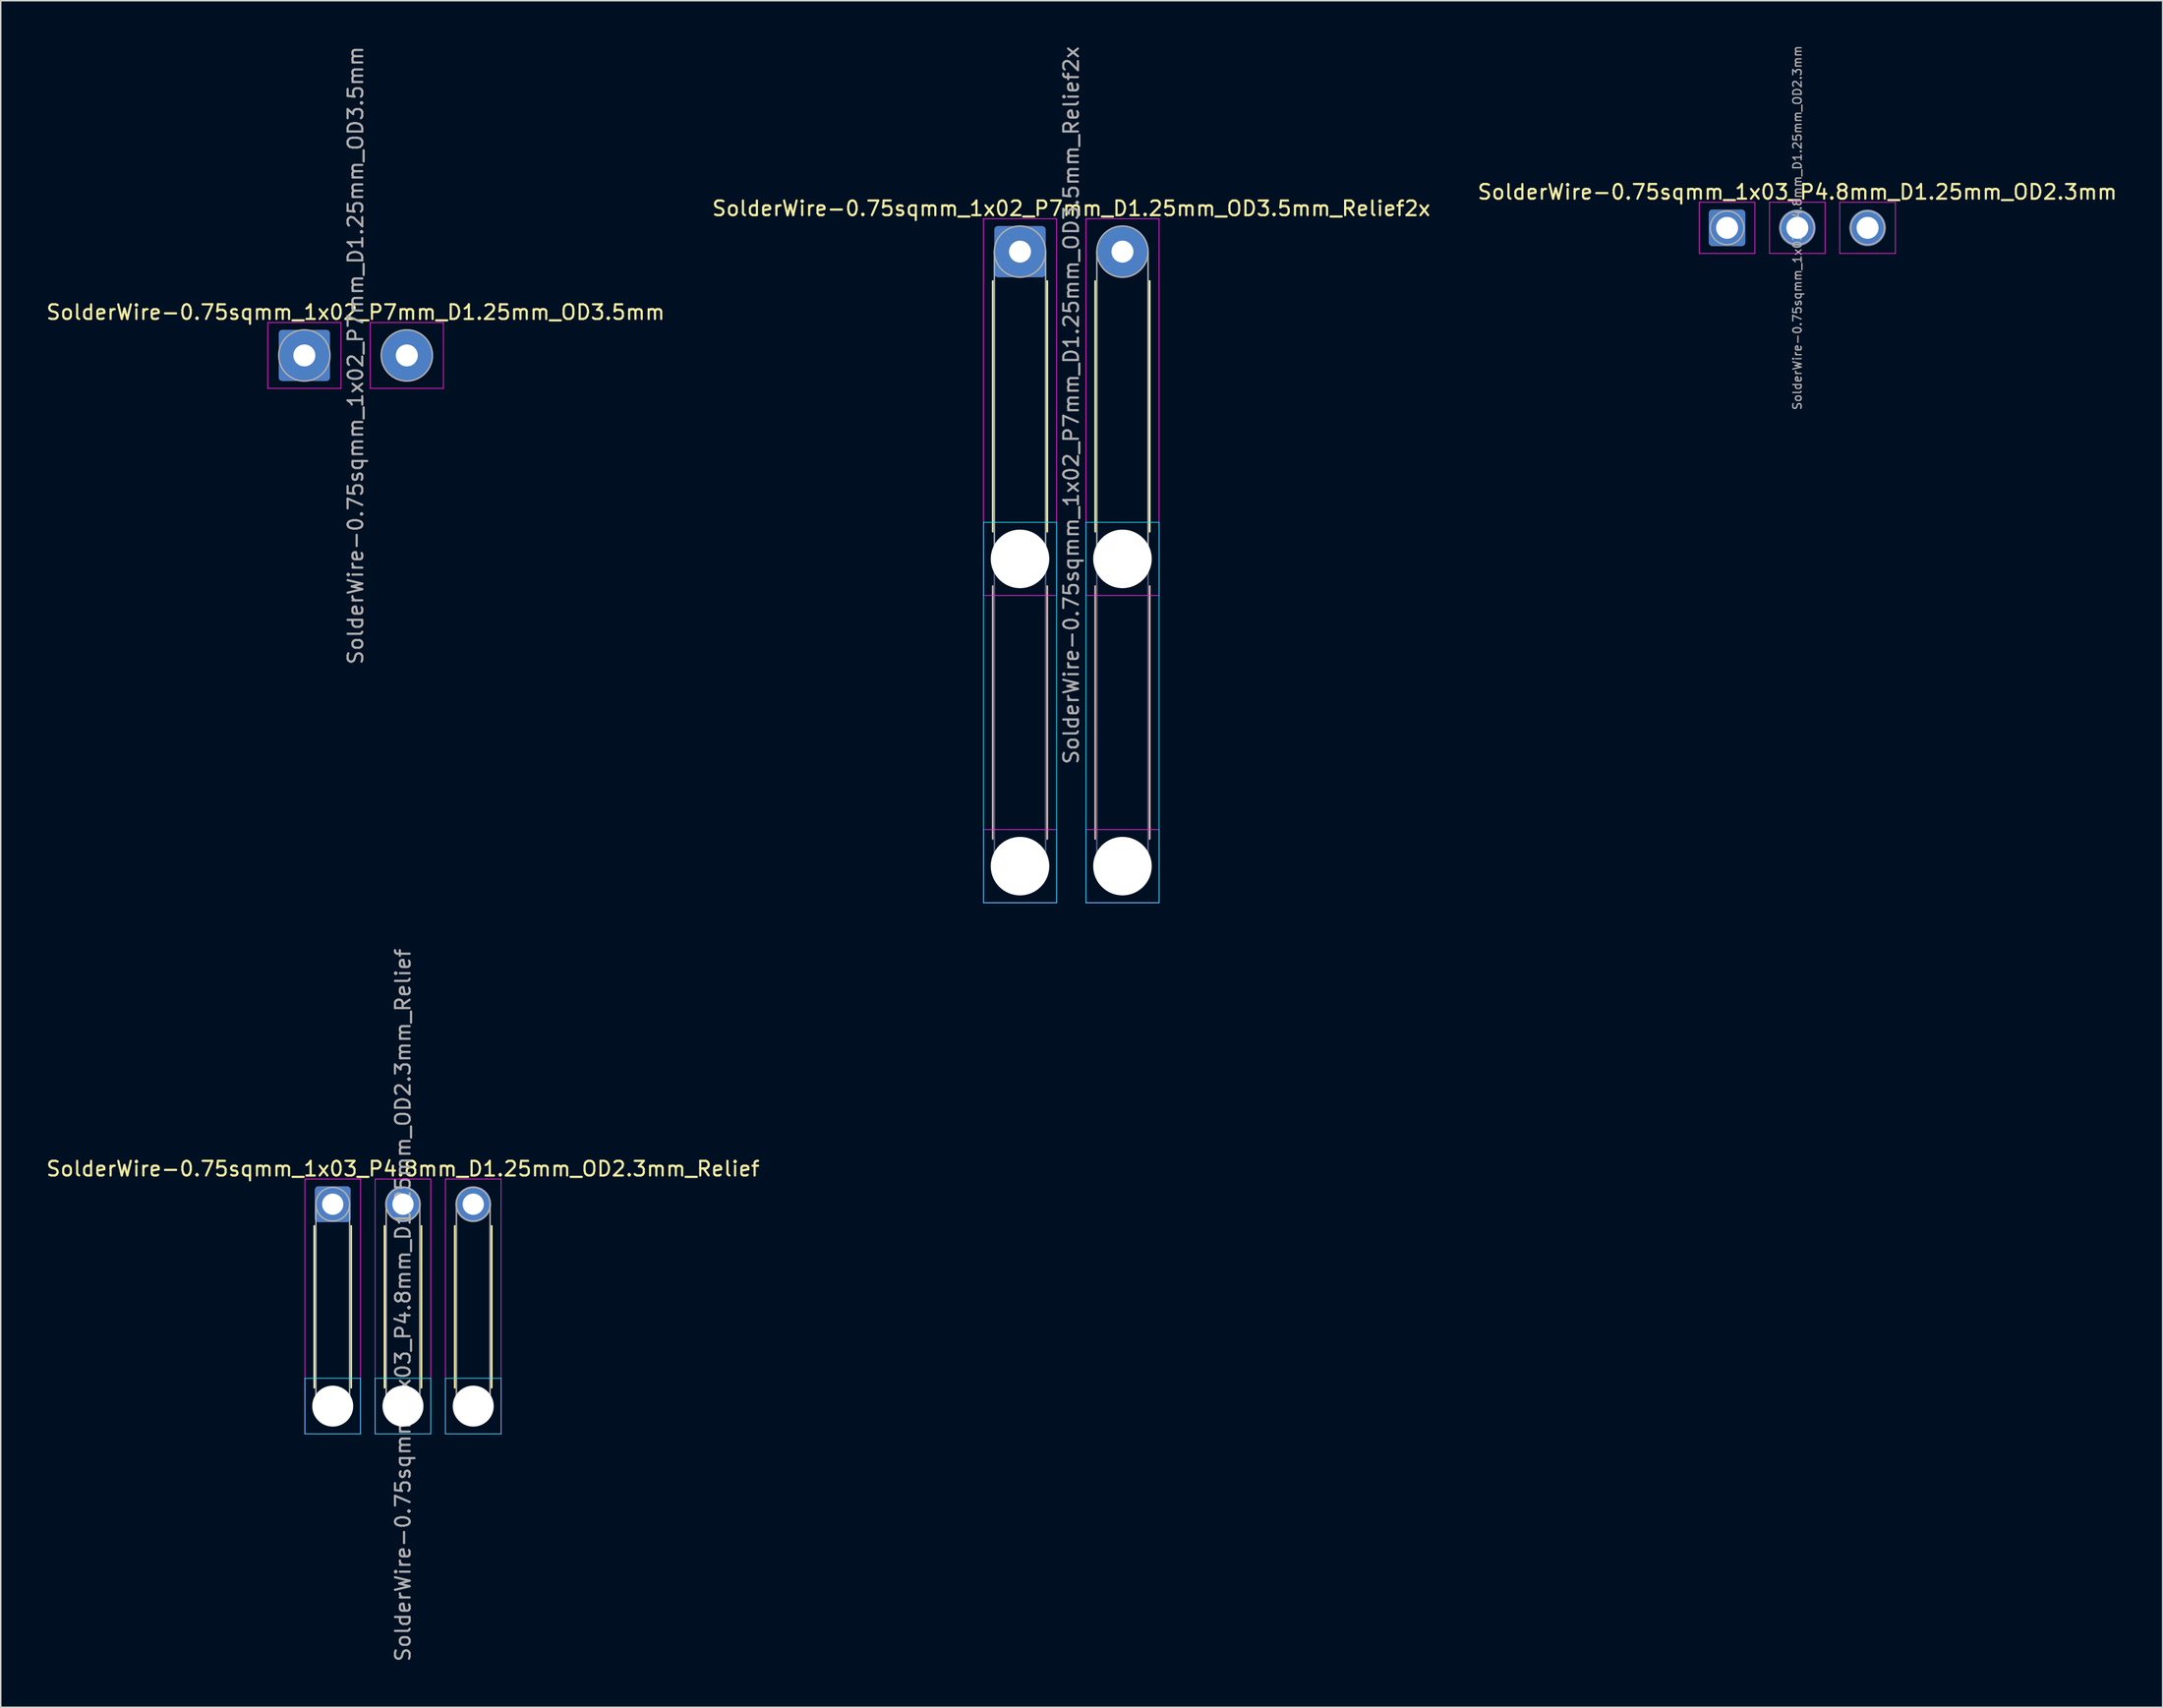
<source format=kicad_pcb>
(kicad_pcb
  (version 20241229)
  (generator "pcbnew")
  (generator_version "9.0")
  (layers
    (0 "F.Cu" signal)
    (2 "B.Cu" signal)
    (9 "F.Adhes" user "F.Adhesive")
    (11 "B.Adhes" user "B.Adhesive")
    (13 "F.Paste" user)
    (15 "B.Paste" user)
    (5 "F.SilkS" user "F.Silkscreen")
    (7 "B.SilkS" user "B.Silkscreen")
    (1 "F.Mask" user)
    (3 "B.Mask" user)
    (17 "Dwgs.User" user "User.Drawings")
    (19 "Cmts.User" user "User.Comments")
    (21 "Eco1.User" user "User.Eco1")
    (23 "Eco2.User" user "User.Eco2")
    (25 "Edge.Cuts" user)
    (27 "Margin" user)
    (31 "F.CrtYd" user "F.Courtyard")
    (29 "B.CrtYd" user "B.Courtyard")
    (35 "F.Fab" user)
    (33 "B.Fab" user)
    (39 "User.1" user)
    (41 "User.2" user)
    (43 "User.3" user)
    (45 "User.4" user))
  (footprint "SolderWire-0.75sqmm_1x03_P4.8mm_D1.25mm_OD2.3mm"
    (layer "F.Cu")
    (at 114.944 12.523)
    (property "Reference" "SolderWire-0.75sqmm_1x03_P4.8mm_D1.25mm_OD2.3mm" (at 4.8 -2.45 0) (layer "F.SilkS") (effects (font (size 1 1) (thickness 0.15))))
    (attr exclude_from_pos_files exclude_from_bom)
    (fp_line (start -1.9 -1.75) (end -1.9 1.75) (stroke (width 0.05) (type solid)) (layer "F.CrtYd"))
    (fp_line (start -1.9 1.75) (end 1.9 1.75) (stroke (width 0.05) (type solid)) (layer "F.CrtYd"))
    (fp_line (start 1.9 -1.75) (end -1.9 -1.75) (stroke (width 0.05) (type solid)) (layer "F.CrtYd"))
    (fp_line (start 1.9 1.75) (end 1.9 -1.75) (stroke (width 0.05) (type solid)) (layer "F.CrtYd"))
    (fp_line (start 2.9 -1.75) (end 2.9 1.75) (stroke (width 0.05) (type solid)) (layer "F.CrtYd"))
    (fp_line (start 2.9 1.75) (end 6.7 1.75) (stroke (width 0.05) (type solid)) (layer "F.CrtYd"))
    (fp_line (start 6.7 -1.75) (end 2.9 -1.75) (stroke (width 0.05) (type solid)) (layer "F.CrtYd"))
    (fp_line (start 6.7 1.75) (end 6.7 -1.75) (stroke (width 0.05) (type solid)) (layer "F.CrtYd"))
    (fp_line (start 7.7 -1.75) (end 7.7 1.75) (stroke (width 0.05) (type solid)) (layer "F.CrtYd"))
    (fp_line (start 7.7 1.75) (end 11.5 1.75) (stroke (width 0.05) (type solid)) (layer "F.CrtYd"))
    (fp_line (start 11.5 -1.75) (end 7.7 -1.75) (stroke (width 0.05) (type solid)) (layer "F.CrtYd"))
    (fp_line (start 11.5 1.75) (end 11.5 -1.75) (stroke (width 0.05) (type solid)) (layer "F.CrtYd"))
    (fp_circle (center 0 0) (end 1.15 0) (stroke (width 0.1) (type solid)) (fill no) (layer "F.Fab"))
    (fp_circle (center 4.8 0) (end 5.95 0) (stroke (width 0.1) (type solid)) (fill no) (layer "F.Fab"))
    (fp_circle (center 9.6 0) (end 10.75 0) (stroke (width 0.1) (type solid)) (fill no) (layer "F.Fab"))
    (fp_text user "${REFERENCE}" (at 4.8 0 90) (layer "F.Fab") (effects (font (size 0.57 0.57) (thickness 0.09))))
    (pad "1" thru_hole roundrect (at 0 0) (size 2.5 2.5) (drill 1.5) (layers "*.Cu" "*.Mask") (roundrect_rratio 0.1))
    (pad "2" thru_hole circle (at 4.8 0) (size 2.5 2.5) (drill 1.5) (layers "*.Cu" "*.Mask"))
    (pad "3" thru_hole circle (at 9.6 0) (size 2.5 2.5) (drill 1.5) (layers "*.Cu" "*.Mask")))
  (footprint "SolderWire-0.75sqmm_1x02_P7mm_D1.25mm_OD3.5mm_Relief2x"
    (layer "F.Cu")
    (at 66.637 14.149)
    (property "Reference" "SolderWire-0.75sqmm_1x02_P7mm_D1.25mm_OD3.5mm_Relief2x" (at 3.5 -2.95 0) (layer "F.SilkS") (effects (font (size 1 1) (thickness 0.15))))
    (attr exclude_from_pos_files exclude_from_bom)
    (fp_line (start -1.86 2.01) (end -1.86 19.14) (stroke (width 0.12) (type solid)) (layer "F.SilkS"))
    (fp_line (start 1.86 2.01) (end 1.86 19.14) (stroke (width 0.12) (type solid)) (layer "F.SilkS"))
    (fp_line (start 5.14 2.01) (end 5.14 19.14) (stroke (width 0.12) (type solid)) (layer "F.SilkS"))
    (fp_line (start 8.86 2.01) (end 8.86 19.14) (stroke (width 0.12) (type solid)) (layer "F.SilkS"))
    (fp_line (start -1.86 22.86) (end -1.86 40.14) (stroke (width 0.12) (type solid)) (layer "B.SilkS"))
    (fp_line (start 1.86 22.86) (end 1.86 40.14) (stroke (width 0.12) (type solid)) (layer "B.SilkS"))
    (fp_line (start 5.14 22.86) (end 5.14 40.14) (stroke (width 0.12) (type solid)) (layer "B.SilkS"))
    (fp_line (start 8.86 22.86) (end 8.86 40.14) (stroke (width 0.12) (type solid)) (layer "B.SilkS"))
    (fp_line (start -2.5 18.5) (end -2.5 44.5) (stroke (width 0.05) (type solid)) (layer "B.CrtYd"))
    (fp_line (start -2.5 44.5) (end 2.5 44.5) (stroke (width 0.05) (type solid)) (layer "B.CrtYd"))
    (fp_line (start 2.5 18.5) (end -2.5 18.5) (stroke (width 0.05) (type solid)) (layer "B.CrtYd"))
    (fp_line (start 2.5 44.5) (end 2.5 18.5) (stroke (width 0.05) (type solid)) (layer "B.CrtYd"))
    (fp_line (start 4.5 18.5) (end 4.5 44.5) (stroke (width 0.05) (type solid)) (layer "B.CrtYd"))
    (fp_line (start 4.5 44.5) (end 9.5 44.5) (stroke (width 0.05) (type solid)) (layer "B.CrtYd"))
    (fp_line (start 9.5 18.5) (end 4.5 18.5) (stroke (width 0.05) (type solid)) (layer "B.CrtYd"))
    (fp_line (start 9.5 44.5) (end 9.5 18.5) (stroke (width 0.05) (type solid)) (layer "B.CrtYd"))
    (fp_line (start -2.5 -2.25) (end -2.5 23.5) (stroke (width 0.05) (type solid)) (layer "F.CrtYd"))
    (fp_line (start -2.5 23.5) (end 2.5 23.5) (stroke (width 0.05) (type solid)) (layer "F.CrtYd"))
    (fp_line (start -2.5 39.5) (end -2.5 44.5) (stroke (width 0.05) (type solid)) (layer "F.CrtYd"))
    (fp_line (start -2.5 44.5) (end 2.5 44.5) (stroke (width 0.05) (type solid)) (layer "F.CrtYd"))
    (fp_line (start 2.5 -2.25) (end -2.5 -2.25) (stroke (width 0.05) (type solid)) (layer "F.CrtYd"))
    (fp_line (start 2.5 23.5) (end 2.5 -2.25) (stroke (width 0.05) (type solid)) (layer "F.CrtYd"))
    (fp_line (start 2.5 39.5) (end -2.5 39.5) (stroke (width 0.05) (type solid)) (layer "F.CrtYd"))
    (fp_line (start 2.5 44.5) (end 2.5 39.5) (stroke (width 0.05) (type solid)) (layer "F.CrtYd"))
    (fp_line (start 4.5 -2.25) (end 4.5 23.5) (stroke (width 0.05) (type solid)) (layer "F.CrtYd"))
    (fp_line (start 4.5 23.5) (end 9.5 23.5) (stroke (width 0.05) (type solid)) (layer "F.CrtYd"))
    (fp_line (start 4.5 39.5) (end 4.5 44.5) (stroke (width 0.05) (type solid)) (layer "F.CrtYd"))
    (fp_line (start 4.5 44.5) (end 9.5 44.5) (stroke (width 0.05) (type solid)) (layer "F.CrtYd"))
    (fp_line (start 9.5 -2.25) (end 4.5 -2.25) (stroke (width 0.05) (type solid)) (layer "F.CrtYd"))
    (fp_line (start 9.5 23.5) (end 9.5 -2.25) (stroke (width 0.05) (type solid)) (layer "F.CrtYd"))
    (fp_line (start 9.5 39.5) (end 4.5 39.5) (stroke (width 0.05) (type solid)) (layer "F.CrtYd"))
    (fp_line (start 9.5 44.5) (end 9.5 39.5) (stroke (width 0.05) (type solid)) (layer "F.CrtYd"))
    (fp_line (start -1.75 21) (end -1.75 42) (stroke (width 0.1) (type solid)) (layer "B.Fab"))
    (fp_line (start 1.75 21) (end 1.75 42) (stroke (width 0.1) (type solid)) (layer "B.Fab"))
    (fp_line (start 5.25 21) (end 5.25 42) (stroke (width 0.1) (type solid)) (layer "B.Fab"))
    (fp_line (start 8.75 21) (end 8.75 42) (stroke (width 0.1) (type solid)) (layer "B.Fab"))
    (fp_circle (center 0 21) (end 1.75 21) (stroke (width 0.1) (type solid)) (fill no) (layer "B.Fab"))
    (fp_circle (center 0 42) (end 1.75 42) (stroke (width 0.1) (type solid)) (fill no) (layer "B.Fab"))
    (fp_circle (center 7 21) (end 8.75 21) (stroke (width 0.1) (type solid)) (fill no) (layer "B.Fab"))
    (fp_circle (center 7 42) (end 8.75 42) (stroke (width 0.1) (type solid)) (fill no) (layer "B.Fab"))
    (fp_line (start -1.75 0) (end -1.75 21) (stroke (width 0.1) (type solid)) (layer "F.Fab"))
    (fp_line (start 1.75 0) (end 1.75 21) (stroke (width 0.1) (type solid)) (layer "F.Fab"))
    (fp_line (start 5.25 0) (end 5.25 21) (stroke (width 0.1) (type solid)) (layer "F.Fab"))
    (fp_line (start 8.75 0) (end 8.75 21) (stroke (width 0.1) (type solid)) (layer "F.Fab"))
    (fp_circle (center 0 0) (end 1.75 0) (stroke (width 0.1) (type solid)) (fill no) (layer "F.Fab"))
    (fp_circle (center 0 21) (end 1.75 21) (stroke (width 0.1) (type solid)) (fill no) (layer "F.Fab"))
    (fp_circle (center 0 42) (end 1.75 42) (stroke (width 0.1) (type solid)) (fill no) (layer "F.Fab"))
    (fp_circle (center 7 0) (end 8.75 0) (stroke (width 0.1) (type solid)) (fill no) (layer "F.Fab"))
    (fp_circle (center 7 21) (end 8.75 21) (stroke (width 0.1) (type solid)) (fill no) (layer "F.Fab"))
    (fp_circle (center 7 42) (end 8.75 42) (stroke (width 0.1) (type solid)) (fill no) (layer "F.Fab"))
    (fp_text user "${REFERENCE}" (at 3.5 10.5 90) (layer "F.Fab") (effects (font (size 1 1) (thickness 0.15))))
    (pad "" np_thru_hole circle (at 0 21) (size 4 4) (drill 4) (layers "*.Cu" "*.Mask"))
    (pad "" np_thru_hole circle (at 0 42) (size 4 4) (drill 4) (layers "*.Cu" "*.Mask"))
    (pad "" np_thru_hole circle (at 7 21) (size 4 4) (drill 4) (layers "*.Cu" "*.Mask"))
    (pad "" np_thru_hole circle (at 7 42) (size 4 4) (drill 4) (layers "*.Cu" "*.Mask"))
    (pad "1" thru_hole roundrect (at 0 0) (size 3.5 3.5) (drill 1.5) (layers "*.Cu" "*.Mask") (roundrect_rratio 0.071))
    (pad "2" thru_hole circle (at 7 0) (size 3.5 3.5) (drill 1.5) (layers "*.Cu" "*.Mask")))
  (footprint "SolderWire-0.75sqmm_1x03_P4.8mm_D1.25mm_OD2.3mm_Relief"
    (layer "F.Cu")
    (at 19.682 79.256)
    (property "Reference" "SolderWire-0.75sqmm_1x03_P4.8mm_D1.25mm_OD2.3mm_Relief" (at 4.8 -2.42 0) (layer "F.SilkS") (effects (font (size 1 1) (thickness 0.15))))
    (attr exclude_from_pos_files exclude_from_bom)
    (fp_line (start -1.26 1.485) (end -1.26 12.54) (stroke (width 0.12) (type solid)) (layer "F.SilkS"))
    (fp_line (start 1.26 1.485) (end 1.26 12.54) (stroke (width 0.12) (type solid)) (layer "F.SilkS"))
    (fp_line (start 3.54 1.485) (end 3.54 12.54) (stroke (width 0.12) (type solid)) (layer "F.SilkS"))
    (fp_line (start 6.06 1.485) (end 6.06 12.54) (stroke (width 0.12) (type solid)) (layer "F.SilkS"))
    (fp_line (start 8.34 1.485) (end 8.34 12.54) (stroke (width 0.12) (type solid)) (layer "F.SilkS"))
    (fp_line (start 10.86 1.485) (end 10.86 12.54) (stroke (width 0.12) (type solid)) (layer "F.SilkS"))
    (fp_line (start -1.9 11.9) (end -1.9 15.7) (stroke (width 0.05) (type solid)) (layer "B.CrtYd"))
    (fp_line (start -1.9 15.7) (end 1.9 15.7) (stroke (width 0.05) (type solid)) (layer "B.CrtYd"))
    (fp_line (start 1.9 11.9) (end -1.9 11.9) (stroke (width 0.05) (type solid)) (layer "B.CrtYd"))
    (fp_line (start 1.9 15.7) (end 1.9 11.9) (stroke (width 0.05) (type solid)) (layer "B.CrtYd"))
    (fp_line (start 2.9 11.9) (end 2.9 15.7) (stroke (width 0.05) (type solid)) (layer "B.CrtYd"))
    (fp_line (start 2.9 15.7) (end 6.7 15.7) (stroke (width 0.05) (type solid)) (layer "B.CrtYd"))
    (fp_line (start 6.7 11.9) (end 2.9 11.9) (stroke (width 0.05) (type solid)) (layer "B.CrtYd"))
    (fp_line (start 6.7 15.7) (end 6.7 11.9) (stroke (width 0.05) (type solid)) (layer "B.CrtYd"))
    (fp_line (start 7.7 11.9) (end 7.7 15.7) (stroke (width 0.05) (type solid)) (layer "B.CrtYd"))
    (fp_line (start 7.7 15.7) (end 11.5 15.7) (stroke (width 0.05) (type solid)) (layer "B.CrtYd"))
    (fp_line (start 11.5 11.9) (end 7.7 11.9) (stroke (width 0.05) (type solid)) (layer "B.CrtYd"))
    (fp_line (start 11.5 15.7) (end 11.5 11.9) (stroke (width 0.05) (type solid)) (layer "B.CrtYd"))
    (fp_line (start -1.9 -1.72) (end -1.9 15.7) (stroke (width 0.05) (type solid)) (layer "F.CrtYd"))
    (fp_line (start -1.9 15.7) (end 1.9 15.7) (stroke (width 0.05) (type solid)) (layer "F.CrtYd"))
    (fp_line (start 1.9 -1.72) (end -1.9 -1.72) (stroke (width 0.05) (type solid)) (layer "F.CrtYd"))
    (fp_line (start 1.9 15.7) (end 1.9 -1.72) (stroke (width 0.05) (type solid)) (layer "F.CrtYd"))
    (fp_line (start 2.9 -1.72) (end 2.9 15.7) (stroke (width 0.05) (type solid)) (layer "F.CrtYd"))
    (fp_line (start 2.9 15.7) (end 6.7 15.7) (stroke (width 0.05) (type solid)) (layer "F.CrtYd"))
    (fp_line (start 6.7 -1.72) (end 2.9 -1.72) (stroke (width 0.05) (type solid)) (layer "F.CrtYd"))
    (fp_line (start 6.7 15.7) (end 6.7 -1.72) (stroke (width 0.05) (type solid)) (layer "F.CrtYd"))
    (fp_line (start 7.7 -1.72) (end 7.7 15.7) (stroke (width 0.05) (type solid)) (layer "F.CrtYd"))
    (fp_line (start 7.7 15.7) (end 11.5 15.7) (stroke (width 0.05) (type solid)) (layer "F.CrtYd"))
    (fp_line (start 11.5 -1.72) (end 7.7 -1.72) (stroke (width 0.05) (type solid)) (layer "F.CrtYd"))
    (fp_line (start 11.5 15.7) (end 11.5 -1.72) (stroke (width 0.05) (type solid)) (layer "F.CrtYd"))
    (fp_line (start -1.15 0) (end -1.15 13.8) (stroke (width 0.1) (type solid)) (layer "F.Fab"))
    (fp_line (start 1.15 0) (end 1.15 13.8) (stroke (width 0.1) (type solid)) (layer "F.Fab"))
    (fp_line (start 3.65 0) (end 3.65 13.8) (stroke (width 0.1) (type solid)) (layer "F.Fab"))
    (fp_line (start 5.95 0) (end 5.95 13.8) (stroke (width 0.1) (type solid)) (layer "F.Fab"))
    (fp_line (start 8.45 0) (end 8.45 13.8) (stroke (width 0.1) (type solid)) (layer "F.Fab"))
    (fp_line (start 10.75 0) (end 10.75 13.8) (stroke (width 0.1) (type solid)) (layer "F.Fab"))
    (fp_circle (center 0 0) (end 1.15 0) (stroke (width 0.1) (type solid)) (fill no) (layer "F.Fab"))
    (fp_circle (center 0 13.8) (end 1.15 13.8) (stroke (width 0.1) (type solid)) (fill no) (layer "F.Fab"))
    (fp_circle (center 4.8 0) (end 5.95 0) (stroke (width 0.1) (type solid)) (fill no) (layer "F.Fab"))
    (fp_circle (center 4.8 13.8) (end 5.95 13.8) (stroke (width 0.1) (type solid)) (fill no) (layer "F.Fab"))
    (fp_circle (center 9.6 0) (end 10.75 0) (stroke (width 0.1) (type solid)) (fill no) (layer "F.Fab"))
    (fp_circle (center 9.6 13.8) (end 10.75 13.8) (stroke (width 0.1) (type solid)) (fill no) (layer "F.Fab"))
    (fp_text user "${REFERENCE}" (at 4.8 6.9 90) (layer "F.Fab") (effects (font (size 1 1) (thickness 0.15))))
    (pad "" np_thru_hole circle (at 0 13.8) (size 2.8 2.8) (drill 2.8) (layers "*.Cu" "*.Mask"))
    (pad "" np_thru_hole circle (at 4.8 13.8) (size 2.8 2.8) (drill 2.8) (layers "*.Cu" "*.Mask"))
    (pad "" np_thru_hole circle (at 9.6 13.8) (size 2.8 2.8) (drill 2.8) (layers "*.Cu" "*.Mask"))
    (pad "1" thru_hole roundrect (at 0 0) (size 2.45 2.45) (drill 1.45) (layers "*.Cu" "*.Mask") (roundrect_rratio 0.102))
    (pad "2" thru_hole circle (at 4.8 0) (size 2.45 2.45) (drill 1.45) (layers "*.Cu" "*.Mask"))
    (pad "3" thru_hole circle (at 9.6 0) (size 2.45 2.45) (drill 1.45) (layers "*.Cu" "*.Mask")))
  (footprint "SolderWire-0.75sqmm_1x02_P7mm_D1.25mm_OD3.5mm"
    (layer "F.Cu")
    (at 17.744 21.244)
    (property "Reference" "SolderWire-0.75sqmm_1x02_P7mm_D1.25mm_OD3.5mm" (at 3.5 -2.95 0) (layer "F.SilkS") (effects (font (size 1 1) (thickness 0.15))))
    (attr exclude_from_pos_files exclude_from_bom)
    (fp_line (start -2.5 -2.25) (end -2.5 2.25) (stroke (width 0.05) (type solid)) (layer "F.CrtYd"))
    (fp_line (start -2.5 2.25) (end 2.5 2.25) (stroke (width 0.05) (type solid)) (layer "F.CrtYd"))
    (fp_line (start 2.5 -2.25) (end -2.5 -2.25) (stroke (width 0.05) (type solid)) (layer "F.CrtYd"))
    (fp_line (start 2.5 2.25) (end 2.5 -2.25) (stroke (width 0.05) (type solid)) (layer "F.CrtYd"))
    (fp_line (start 4.5 -2.25) (end 4.5 2.25) (stroke (width 0.05) (type solid)) (layer "F.CrtYd"))
    (fp_line (start 4.5 2.25) (end 9.5 2.25) (stroke (width 0.05) (type solid)) (layer "F.CrtYd"))
    (fp_line (start 9.5 -2.25) (end 4.5 -2.25) (stroke (width 0.05) (type solid)) (layer "F.CrtYd"))
    (fp_line (start 9.5 2.25) (end 9.5 -2.25) (stroke (width 0.05) (type solid)) (layer "F.CrtYd"))
    (fp_circle (center 0 0) (end 1.75 0) (stroke (width 0.1) (type solid)) (fill no) (layer "F.Fab"))
    (fp_circle (center 7 0) (end 8.75 0) (stroke (width 0.1) (type solid)) (fill no) (layer "F.Fab"))
    (fp_text user "${REFERENCE}" (at 3.5 0 90) (layer "F.Fab") (effects (font (size 1 1) (thickness 0.15))))
    (pad "1" thru_hole roundrect (at 0 0) (size 3.5 3.5) (drill 1.5) (layers "*.Cu" "*.Mask") (roundrect_rratio 0.071))
    (pad "2" thru_hole circle (at 7 0) (size 3.5 3.5) (drill 1.5) (layers "*.Cu" "*.Mask")))
  (gr_rect
    (start -3 -3)
    (end 144.702 113.638)
    (stroke (width 0.1) (type default))
    (fill no)
    (layer "Edge.Cuts")))
</source>
